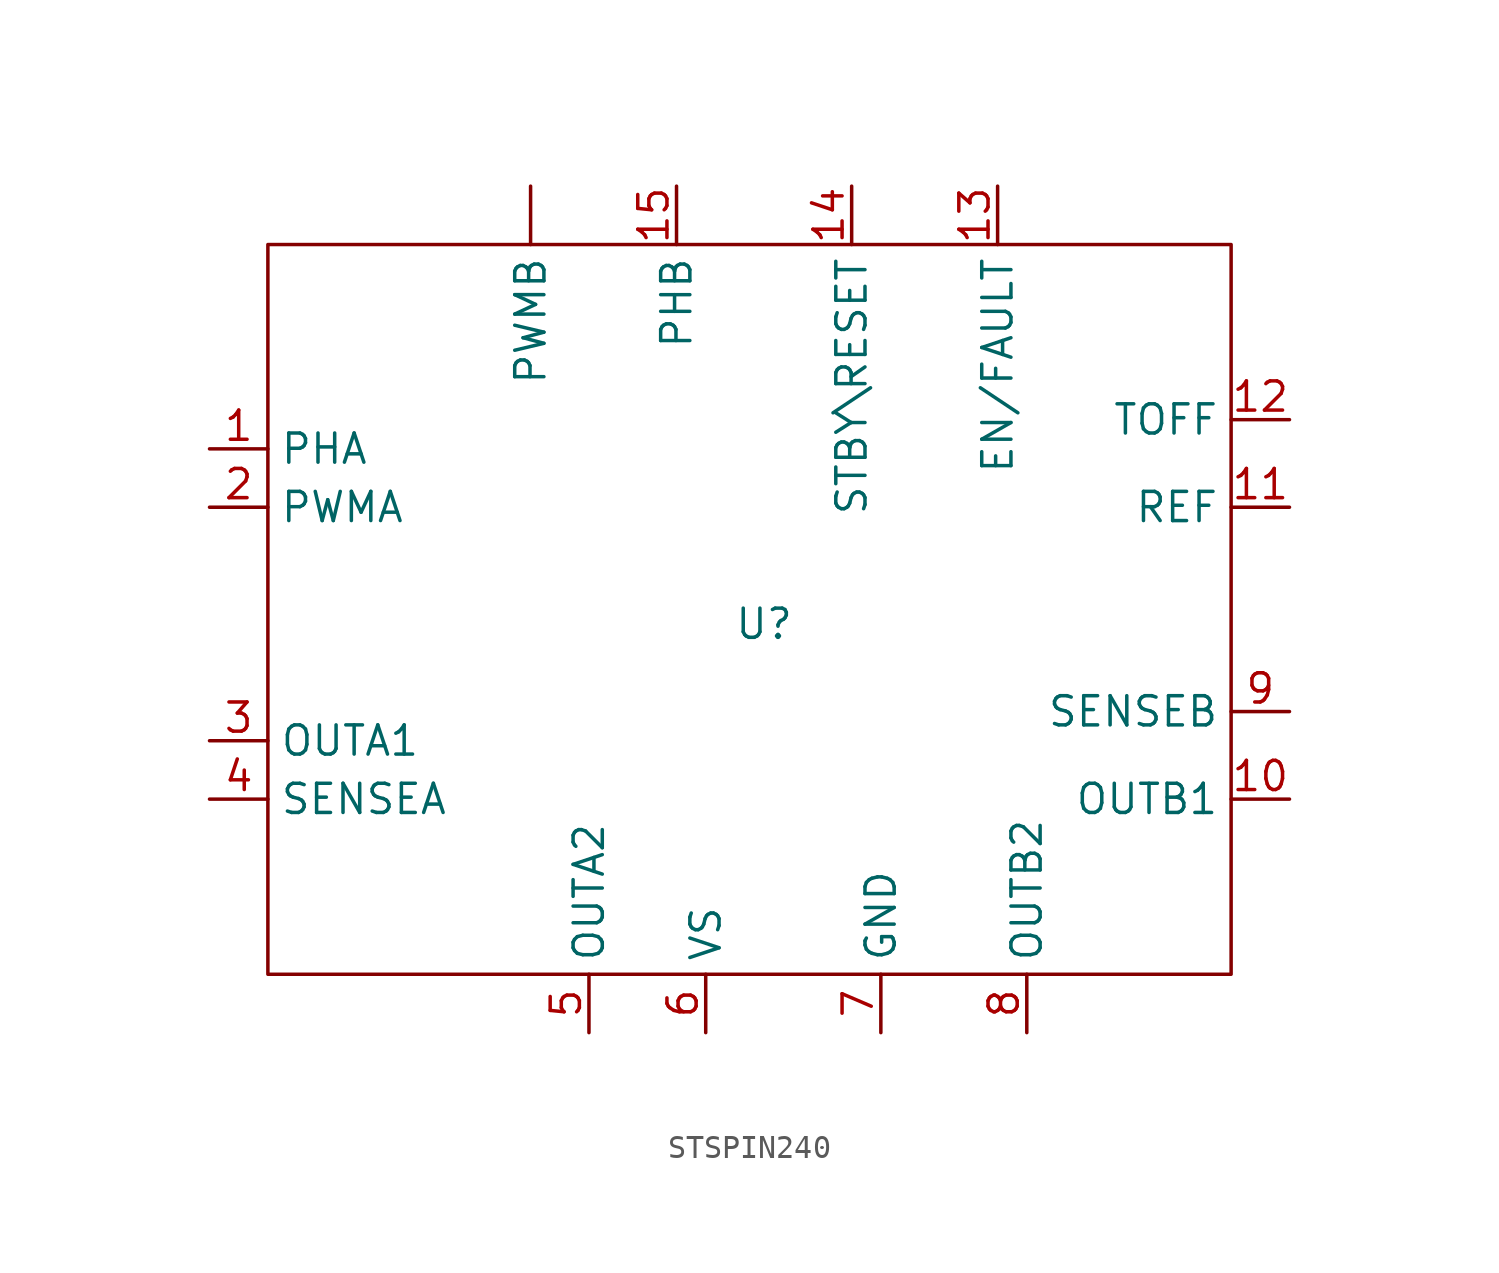
<source format=kicad_sym>
(kicad_symbol_lib
  (version 20220914)
  (generator kicad_symbol_editor)
  (symbol "STSPIN240"
    (property "Reference" "U"
      (at 0 0 0)
      (effects (font (size 1.27 1.27))))
    (property "Value" ""
      (at 0 0 0)
      (effects (font (size 1.27 1.27))))
    (symbol "STSPIN240_0_1"
      (rectangle (start -21.59 16.51) (end 20.32 -15.24) (stroke (width 0) (type default)) (fill (type none))))
    (symbol "STSPIN240_1_1"
      (pin input line (at -10.16 19.05 270) (length 2.54) (name "PWMB" (effects (font (size 1.27 1.27)))) (number "" (effects (font (size 1.27 1.27)))))
      (pin input line (at -24.13 7.62 0) (length 2.54) (name "PHA" (effects (font (size 1.27 1.27)))) (number "1" (effects (font (size 1.27 1.27)))))
      (pin power_out line (at 22.86 -7.62 180) (length 2.54) (name "OUTB1" (effects (font (size 1.27 1.27)))) (number "10" (effects (font (size 1.27 1.27)))))
      (pin input line (at 22.86 5.08 180) (length 2.54) (name "REF" (effects (font (size 1.27 1.27)))) (number "11" (effects (font (size 1.27 1.27)))))
      (pin input line (at 22.86 8.89 180) (length 2.54) (name "TOFF" (effects (font (size 1.27 1.27)))) (number "12" (effects (font (size 1.27 1.27)))))
      (pin input line (at 10.16 19.05 270) (length 2.54) (name "EN/FAULT" (effects (font (size 1.27 1.27)))) (number "13" (effects (font (size 1.27 1.27)))))
      (pin input line (at 3.81 19.05 270) (length 2.54) (name "STBY\\RESET" (effects (font (size 1.27 1.27)))) (number "14" (effects (font (size 1.27 1.27)))))
      (pin input line (at -3.81 19.05 270) (length 2.54) (name "PHB" (effects (font (size 1.27 1.27)))) (number "15" (effects (font (size 1.27 1.27)))))
      (pin input line (at -24.13 5.08 0) (length 2.54) (name "PWMA" (effects (font (size 1.27 1.27)))) (number "2" (effects (font (size 1.27 1.27)))))
      (pin power_out line (at -24.13 -5.08 0) (length 2.54) (name "OUTA1" (effects (font (size 1.27 1.27)))) (number "3" (effects (font (size 1.27 1.27)))))
      (pin power_out line (at -24.13 -7.62 0) (length 2.54) (name "SENSEA" (effects (font (size 1.27 1.27)))) (number "4" (effects (font (size 1.27 1.27)))))
      (pin power_out line (at -7.62 -17.78 90) (length 2.54) (name "OUTA2" (effects (font (size 1.27 1.27)))) (number "5" (effects (font (size 1.27 1.27)))))
      (pin power_in line (at -2.54 -17.78 90) (length 2.54) (name "VS" (effects (font (size 1.27 1.27)))) (number "6" (effects (font (size 1.27 1.27)))))
      (pin power_in line (at 5.08 -17.78 90) (length 2.54) (name "GND" (effects (font (size 1.27 1.27)))) (number "7" (effects (font (size 1.27 1.27)))))
      (pin power_out line (at 11.43 -17.78 90) (length 2.54) (name "OUTB2" (effects (font (size 1.27 1.27)))) (number "8" (effects (font (size 1.27 1.27)))))
      (pin power_out line (at 22.86 -3.81 180) (length 2.54) (name "SENSEB" (effects (font (size 1.27 1.27)))) (number "9" (effects (font (size 1.27 1.27))))))))
</source>
